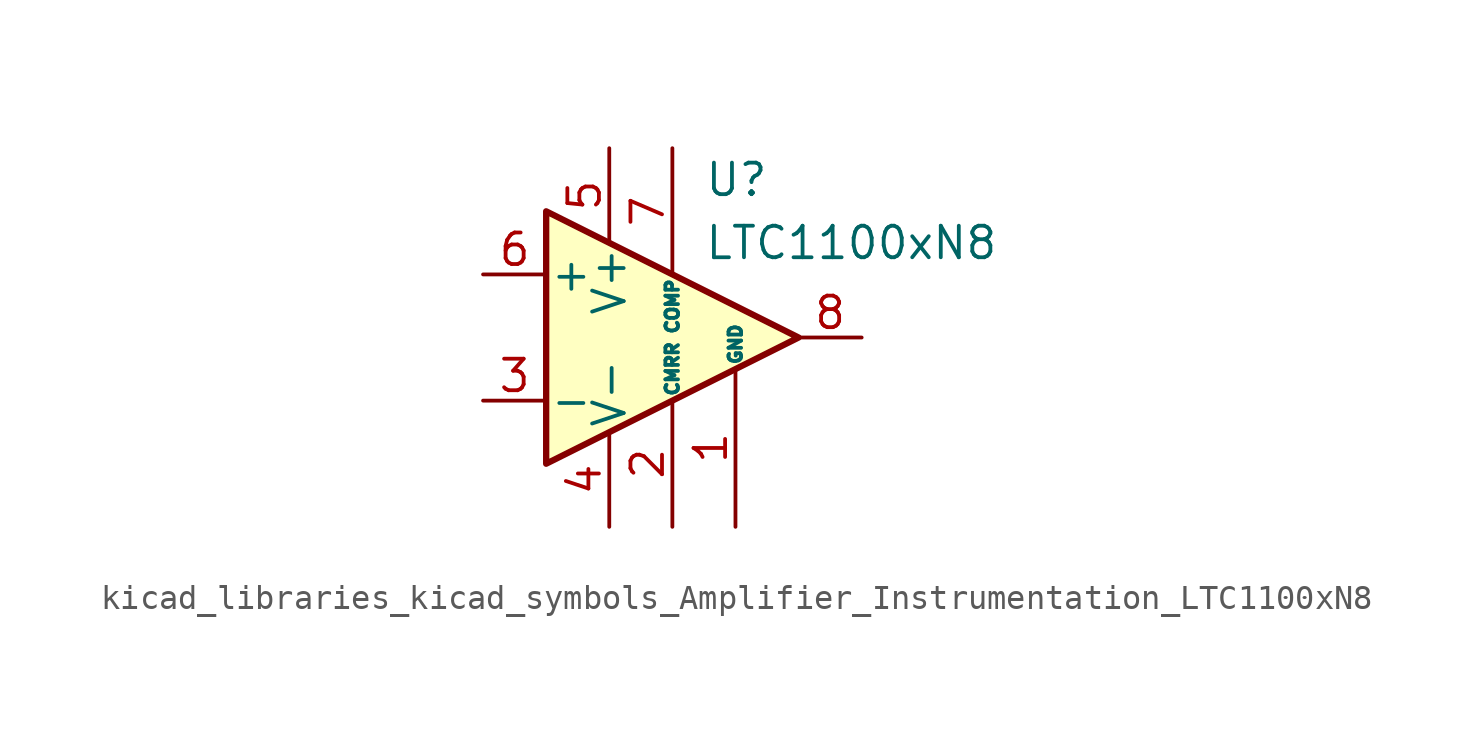
<source format=kicad_sym>
(kicad_symbol_lib
  (version 20220914)
  (generator kicad_symbol_editor)
  (symbol "kicad_libraries_kicad_symbols_Amplifier_Instrumentation_LTC1100xN8"
    (pin_names
      (offset 0.127))
    (property "Reference" "U"
      (at 1.27 6.35 0)
      (effects (font (size 1.27 1.27)) (justify left)))
    (property "Value" "LTC1100xN8"
      (at 1.27 3.81 0)
      (effects (font (size 1.27 1.27)) (justify left)))
    (symbol "kicad_libraries_kicad_symbols_Amplifier_Instrumentation_LTC1100xN8_0_1"
      (polyline (pts (xy -5.08 5.08) (xy 5.08 0) (xy -5.08 -5.08) (xy -5.08 5.08)) (stroke (width 0.254) (type default)) (fill (type background))))
    (symbol "kicad_libraries_kicad_symbols_Amplifier_Instrumentation_LTC1100xN8_1_1"
      (pin input line (at 2.54 -7.62 90) (length 6.35) (name "GND" (effects (font (size 0.508 0.508)))) (number "1" (effects (font (size 1.27 1.27)))))
      (pin input line (at 0 -7.62 90) (length 5.08) (name "CMRR" (effects (font (size 0.508 0.508)))) (number "2" (effects (font (size 1.27 1.27)))))
      (pin input line (at -7.62 -2.54 0) (length 2.54) (name "-" (effects (font (size 1.27 1.27)))) (number "3" (effects (font (size 1.27 1.27)))))
      (pin power_in line (at -2.54 -7.62 90) (length 3.81) (name "V-" (effects (font (size 1.27 1.27)))) (number "4" (effects (font (size 1.27 1.27)))))
      (pin power_in line (at -2.54 7.62 270) (length 3.81) (name "V+" (effects (font (size 1.27 1.27)))) (number "5" (effects (font (size 1.27 1.27)))))
      (pin input line (at -7.62 2.54 0) (length 2.54) (name "+" (effects (font (size 1.27 1.27)))) (number "6" (effects (font (size 1.27 1.27)))))
      (pin input line (at 0 7.62 270) (length 5.08) (name "COMP" (effects (font (size 0.508 0.508)))) (number "7" (effects (font (size 1.27 1.27)))))
      (pin output line (at 7.62 0 180) (length 2.54) (name "~" (effects (font (size 1.27 1.27)))) (number "8" (effects (font (size 1.27 1.27))))))))
</source>
